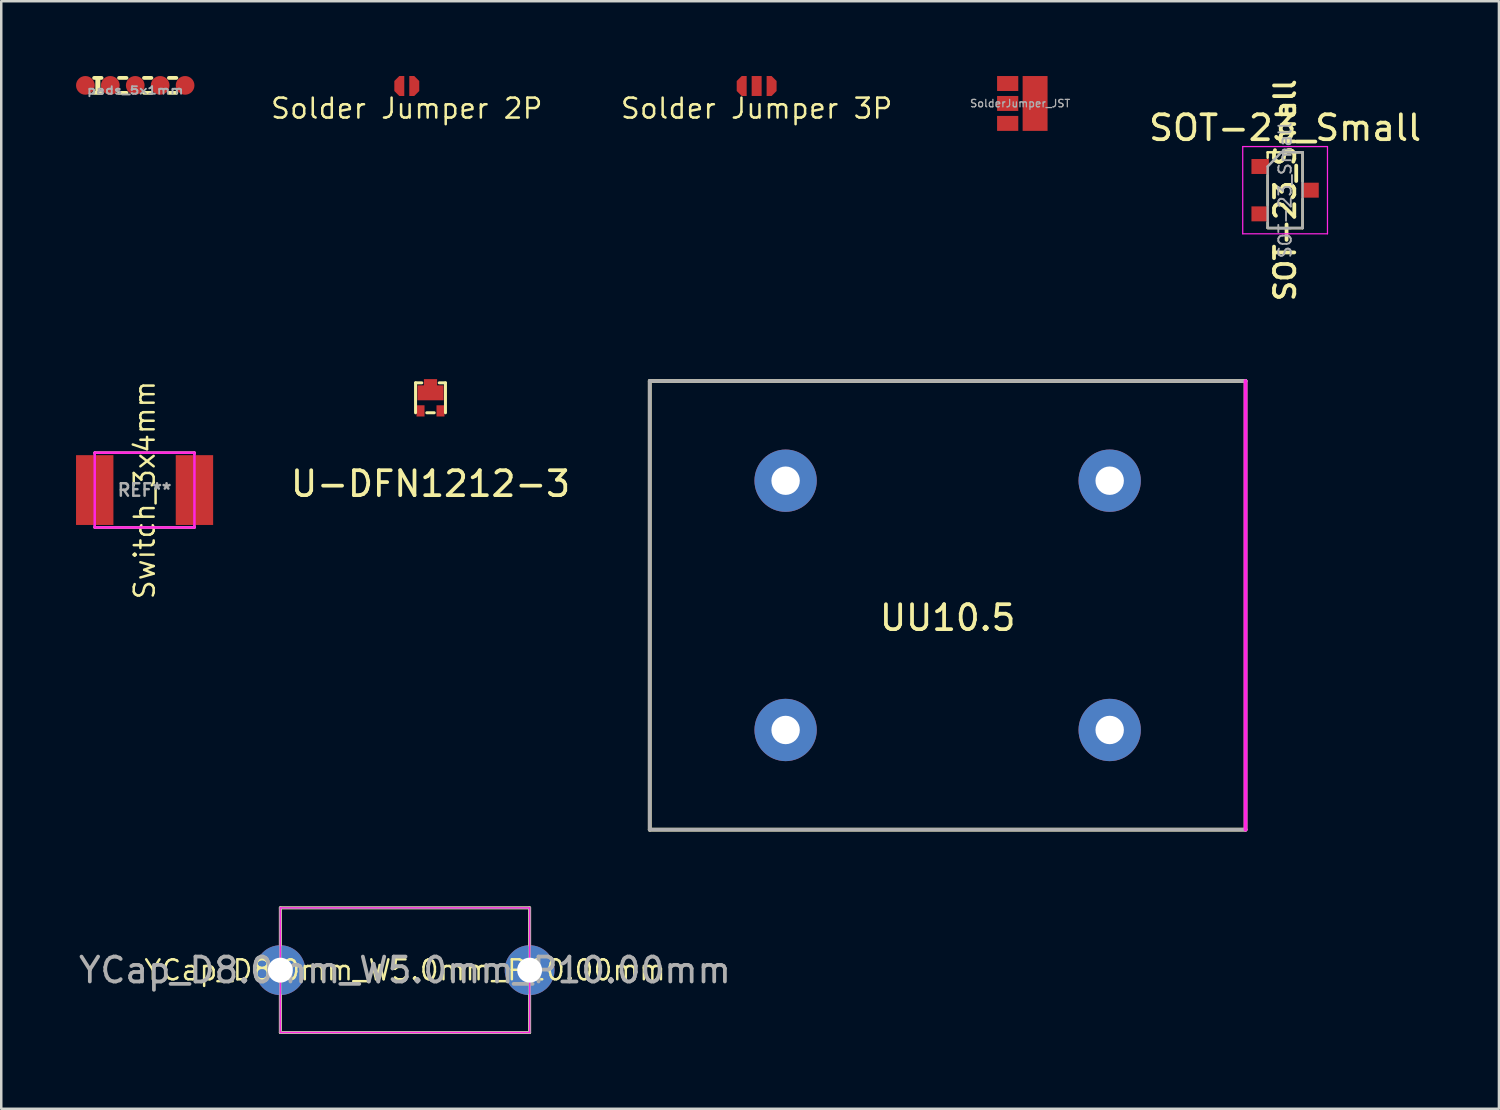
<source format=kicad_pcb>
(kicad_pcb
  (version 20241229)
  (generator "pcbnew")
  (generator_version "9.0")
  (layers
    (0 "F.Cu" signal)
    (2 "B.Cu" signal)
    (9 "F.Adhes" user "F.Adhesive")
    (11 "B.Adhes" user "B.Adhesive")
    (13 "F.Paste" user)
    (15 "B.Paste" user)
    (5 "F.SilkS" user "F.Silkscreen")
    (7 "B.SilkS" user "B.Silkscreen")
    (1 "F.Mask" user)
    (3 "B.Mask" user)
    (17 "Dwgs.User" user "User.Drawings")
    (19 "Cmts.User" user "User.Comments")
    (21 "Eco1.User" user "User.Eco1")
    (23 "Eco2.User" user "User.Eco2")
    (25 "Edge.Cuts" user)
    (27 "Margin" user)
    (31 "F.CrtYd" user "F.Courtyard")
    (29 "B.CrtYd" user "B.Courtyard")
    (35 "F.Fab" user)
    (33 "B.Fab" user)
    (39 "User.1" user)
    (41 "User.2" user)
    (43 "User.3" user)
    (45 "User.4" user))
  (footprint "Solder Jumper 2P"
    (layer "F.Cu")
    (at 13.268 0.4)
    (property "Reference" "Solder Jumper 2P" (at 0 0.9 0) (layer "F.SilkS") (effects (font (size 0.8 0.8) (thickness 0.1))))
    (attr through_hole)
    (pad "1" smd custom (at -0.3 0) (size 0.2 0.2) (layers "F.Cu" "F.Mask" "F.Paste") (options (anchor circle)) (primitives (gr_poly (pts (xy 0 -0.4) (xy 0.2 -0.4) (xy 0.2 0.4) (xy 0 0.4) (xy -0.2 0.2) (xy -0.2 -0.2)) (width 0) (fill yes))))
    (pad "2" smd custom (at 0.3 0 180) (size 0.2 0.2) (layers "F.Cu" "F.Mask" "F.Paste") (options (anchor circle)) (primitives (gr_poly (pts (xy 0 -0.4) (xy 0.2 -0.4) (xy 0.2 0.4) (xy 0 0.4) (xy -0.2 0.2) (xy -0.2 -0.2)) (width 0) (fill yes)))))
  (footprint "Switch_3x4mm"
    (layer "F.Cu")
    (at 2.75 16.609)
    (property "Reference" "Switch_3x4mm" (at 0 0 270) (layer "F.SilkS") (effects (font (size 0.8 0.8) (thickness 0.1))))
    (attr through_hole)
    (fp_line (start -2 -1.5) (end -2 -1.45) (stroke (width 0.1) (type solid)) (layer "F.SilkS"))
    (fp_line (start -2 1.45) (end -2 1.5) (stroke (width 0.1) (type solid)) (layer "F.SilkS"))
    (fp_line (start -2 1.5) (end 2 1.5) (stroke (width 0.1) (type solid)) (layer "F.SilkS"))
    (fp_line (start 2 -1.5) (end -2 -1.5) (stroke (width 0.1) (type solid)) (layer "F.SilkS"))
    (fp_line (start 2 -1.45) (end 2 -1.5) (stroke (width 0.1) (type solid)) (layer "F.SilkS"))
    (fp_line (start 2 1.5) (end 2 1.45) (stroke (width 0.1) (type solid)) (layer "F.SilkS"))
    (fp_line (start -2 -1.5) (end -2 1.5) (stroke (width 0.1) (type solid)) (layer "F.CrtYd"))
    (fp_line (start -2 1.5) (end 2 1.5) (stroke (width 0.1) (type solid)) (layer "F.CrtYd"))
    (fp_line (start 2 -1.5) (end -2 -1.5) (stroke (width 0.1) (type solid)) (layer "F.CrtYd"))
    (fp_line (start 2 1.5) (end 2 -1.5) (stroke (width 0.1) (type solid)) (layer "F.CrtYd"))
    (fp_text user "REF**" (at 0 0 0) (layer "F.Fab") (effects (font (size 0.5 0.5) (thickness 0.1))))
    (pad "1" smd rect (at -2 0) (size 1.5 2.8) (layers "F.Cu" "F.Mask" "F.Paste"))
    (pad "2" smd rect (at 2 0) (size 1.5 2.8) (layers "F.Cu" "F.Mask" "F.Paste")))
  (footprint "UU10.5"
    (layer "F.Cu")
    (at 34.965 21.233)
    (property "Reference" "UU10.5" (at 0 0.5 0) (layer "F.SilkS") (effects (font (size 1 1) (thickness 0.15))))
    (attr through_hole)
    (fp_line (start -11.95 -9) (end -11.95 9) (stroke (width 0.15) (type solid)) (layer "F.SilkS"))
    (fp_line (start -11.95 9) (end 11.95 9) (stroke (width 0.15) (type solid)) (layer "F.SilkS"))
    (fp_line (start 11.95 -9) (end -11.95 -9) (stroke (width 0.15) (type solid)) (layer "F.SilkS"))
    (fp_line (start 11.95 9) (end 11.95 -9) (stroke (width 0.15) (type solid)) (layer "F.SilkS"))
    (fp_line (start 11.95 9) (end 11.95 -9) (stroke (width 0.15) (type solid)) (layer "F.CrtYd"))
    (fp_line (start -11.95 -9) (end -11.95 9) (stroke (width 0.15) (type solid)) (layer "F.Fab"))
    (fp_line (start -11.95 9) (end 11.95 9) (stroke (width 0.15) (type solid)) (layer "F.Fab"))
    (fp_line (start 11.95 -9) (end -11.95 -9) (stroke (width 0.15) (type solid)) (layer "F.Fab"))
    (pad "1" thru_hole circle (at -6.5 -5) (size 2.5 2.5) (drill 1.14) (layers "*.Cu" "*.Mask"))
    (pad "2" thru_hole circle (at -6.5 5) (size 2.5 2.5) (drill 1.14) (layers "*.Cu" "*.Mask"))
    (pad "3" thru_hole circle (at 6.5 -5) (size 2.5 2.5) (drill 1.14) (layers "*.Cu" "*.Mask"))
    (pad "4" thru_hole circle (at 6.5 5) (size 2.5 2.5) (drill 1.14) (layers "*.Cu" "*.Mask")))
  (footprint "Solder Jumper 3P"
    (layer "F.Cu")
    (at 27.303 0.4)
    (property "Reference" "Solder Jumper 3P" (at 0 0.9 0) (layer "F.SilkS") (effects (font (size 0.8 0.8) (thickness 0.1))))
    (attr through_hole)
    (pad "1" smd custom (at -0.6 0) (size 0.2 0.2) (layers "F.Cu" "F.Mask" "F.Paste") (options (anchor circle)) (primitives (gr_poly (pts (xy 0 -0.4) (xy 0.2 -0.4) (xy 0.2 0.4) (xy 0 0.4) (xy -0.2 0.2) (xy -0.2 -0.2)) (width 0) (fill yes))))
    (pad "2" smd rect (at 0 0 180) (size 0.4 0.8) (layers "F.Cu" "F.Mask" "F.Paste"))
    (pad "3" smd custom (at 0.6 0 180) (size 0.2 0.2) (layers "F.Cu" "F.Mask" "F.Paste") (options (anchor circle)) (primitives (gr_poly (pts (xy 0 -0.4) (xy 0.2 -0.4) (xy 0.2 0.4) (xy 0 0.4) (xy -0.2 0.2) (xy -0.2 -0.2)) (width 0) (fill yes)))))
  (footprint "YCap_D8.0mm_W5.0mm_P10.00mm"
    (layer "F.Cu")
    (at 13.196 35.868)
    (property "Reference" "YCap_D8.0mm_W5.0mm_P10.00mm" (at 0 0 0) (layer "F.SilkS") (effects (font (size 0.8 0.8) (thickness 0.1))))
    (attr through_hole)
    (fp_line (start -5 -2.5) (end -5 -1) (stroke (width 0.12) (type solid)) (layer "F.SilkS"))
    (fp_line (start -5 -2.5) (end 5 -2.5) (stroke (width 0.12) (type solid)) (layer "F.SilkS"))
    (fp_line (start -5 1) (end -5 2.5) (stroke (width 0.12) (type solid)) (layer "F.SilkS"))
    (fp_line (start -5 2.5) (end 5 2.5) (stroke (width 0.12) (type solid)) (layer "F.SilkS"))
    (fp_line (start 5 -2.5) (end 5 -1) (stroke (width 0.12) (type solid)) (layer "F.SilkS"))
    (fp_line (start 5 1) (end 5 2.5) (stroke (width 0.12) (type solid)) (layer "F.SilkS"))
    (fp_line (start -5 -2.5) (end -5 2.5) (stroke (width 0.05) (type solid)) (layer "F.CrtYd"))
    (fp_line (start -5 2.5) (end 5 2.5) (stroke (width 0.05) (type solid)) (layer "F.CrtYd"))
    (fp_line (start 5 -2.5) (end -5 -2.5) (stroke (width 0.05) (type solid)) (layer "F.CrtYd"))
    (fp_line (start 5 2.5) (end 5 -2.5) (stroke (width 0.05) (type solid)) (layer "F.CrtYd"))
    (fp_line (start -5 -2.5) (end -5 2.5) (stroke (width 0.1) (type solid)) (layer "F.Fab"))
    (fp_line (start -5 2.5) (end 5 2.5) (stroke (width 0.1) (type solid)) (layer "F.Fab"))
    (fp_line (start 5 -2.5) (end -5 -2.5) (stroke (width 0.1) (type solid)) (layer "F.Fab"))
    (fp_line (start 5 2.5) (end 5 -2.5) (stroke (width 0.1) (type solid)) (layer "F.Fab"))
    (fp_text user "${REFERENCE}" (at 0 0 0) (layer "F.Fab") (effects (font (size 1 1) (thickness 0.15))))
    (pad "1" thru_hole circle (at -5 0) (size 2 2) (drill 1) (layers "*.Cu" "*.Mask"))
    (pad "2" thru_hole circle (at 5 0) (size 2 2) (drill 1) (layers "*.Cu" "*.Mask")))
  (footprint "SolderJumper_JST"
    (layer "F.Cu")
    (at 37.873 1.1)
    (property "Reference" "SolderJumper_JST" (at 0 0 0) (layer "F.Fab") (effects (font (size 0.3 0.3) (thickness 0.05))))
    (attr through_hole)
    (pad "1" smd rect (at 0.6 0) (size 1 2.2) (layers "F.Cu" "F.Mask" "F.Paste"))
    (pad "2" smd rect (at -0.5 -0.8) (size 0.85 0.6) (layers "F.Cu" "F.Mask" "F.Paste"))
    (pad "3" smd rect (at -0.5 0) (size 0.85 0.6) (layers "F.Cu" "F.Mask" "F.Paste"))
    (pad "4" smd rect (at -0.5 0.8) (size 0.85 0.6) (layers "F.Cu" "F.Mask" "F.Paste")))
  (footprint "SOT-23_Small"
    (layer "F.Cu")
    (at 48.502 4.579)
    (property "Reference" "SOT-23_Small" (at 0 -2.5 0) (layer "F.SilkS") (effects (font (size 1 1) (thickness 0.15))))
    (attr smd)
    (fp_line (start -0.7 -1.52) (end 0.7 -1.52) (stroke (width 0.1) (type solid)) (layer "F.SilkS"))
    (fp_line (start -0.7 -1.3) (end -0.7 -1.52) (stroke (width 0.1) (type solid)) (layer "F.SilkS"))
    (fp_line (start -0.7 -0.6) (end -0.7 0.6) (stroke (width 0.1) (type solid)) (layer "F.SilkS"))
    (fp_line (start -0.7 1.3) (end -0.7 1.5) (stroke (width 0.1) (type solid)) (layer "F.SilkS"))
    (fp_line (start -0.7 1.52) (end 0.7 1.52) (stroke (width 0.1) (type solid)) (layer "F.SilkS"))
    (fp_line (start 0.7 -1.52) (end 0.7 -0.35) (stroke (width 0.1) (type solid)) (layer "F.SilkS"))
    (fp_line (start 0.7 0.35) (end 0.7 1.52) (stroke (width 0.1) (type solid)) (layer "F.SilkS"))
    (fp_line (start -1.7 -1.75) (end 1.7 -1.75) (stroke (width 0.05) (type solid)) (layer "F.CrtYd"))
    (fp_line (start -1.7 1.75) (end -1.7 -1.75) (stroke (width 0.05) (type solid)) (layer "F.CrtYd"))
    (fp_line (start 1.7 -1.75) (end 1.7 1.75) (stroke (width 0.05) (type solid)) (layer "F.CrtYd"))
    (fp_line (start 1.7 1.75) (end -1.7 1.75) (stroke (width 0.05) (type solid)) (layer "F.CrtYd"))
    (fp_line (start -0.7 -0.95) (end -0.7 1.5) (stroke (width 0.1) (type solid)) (layer "F.Fab"))
    (fp_line (start -0.7 -0.95) (end -0.15 -1.52) (stroke (width 0.1) (type solid)) (layer "F.Fab"))
    (fp_line (start -0.7 1.52) (end 0.7 1.52) (stroke (width 0.1) (type solid)) (layer "F.Fab"))
    (fp_line (start -0.15 -1.52) (end 0.7 -1.52) (stroke (width 0.1) (type solid)) (layer "F.Fab"))
    (fp_line (start 0.7 -1.52) (end 0.7 1.52) (stroke (width 0.1) (type solid)) (layer "F.Fab"))
    (fp_text user "${REFERENCE}" (at 0 0 90) (layer "F.SilkS") (effects (font (size 0.813 0.813) (thickness 0.152))))
    (fp_text user "${REFERENCE}" (at 0 0 90) (layer "F.Fab") (effects (font (size 0.5 0.5) (thickness 0.075))))
    (pad "1" smd rect (at -1 -0.95) (size 0.7 0.6) (layers "F.Cu" "F.Mask" "F.Paste"))
    (pad "2" smd rect (at -1 0.95) (size 0.7 0.6) (layers "F.Cu" "F.Mask" "F.Paste"))
    (pad "3" smd rect (at 1 0) (size 0.7 0.6) (layers "F.Cu" "F.Mask" "F.Paste")))
  (footprint "pads_5x1mm"
    (layer "F.Cu")
    (at 2.375 0.375)
    (property "Reference" "pads_5x1mm" (at 0 0.2 0) (layer "F.Fab") (effects (font (size 0.3 0.4) (thickness 0.075))))
    (attr through_hole)
    (fp_line (start -1.65 -0.3) (end -1.35 -0.3) (stroke (width 0.15) (type solid)) (layer "F.SilkS"))
    (fp_line (start -1.65 0.3) (end -1.35 0.3) (stroke (width 0.15) (type solid)) (layer "F.SilkS"))
    (fp_line (start -0.65 -0.3) (end -0.35 -0.3) (stroke (width 0.15) (type solid)) (layer "F.SilkS"))
    (fp_line (start -0.65 0.3) (end -0.35 0.3) (stroke (width 0.15) (type solid)) (layer "F.SilkS"))
    (fp_line (start 0.35 -0.3) (end 0.65 -0.3) (stroke (width 0.15) (type solid)) (layer "F.SilkS"))
    (fp_line (start 0.35 0.3) (end 0.65 0.3) (stroke (width 0.15) (type solid)) (layer "F.SilkS"))
    (fp_line (start 1.35 -0.3) (end 1.65 -0.3) (stroke (width 0.15) (type solid)) (layer "F.SilkS"))
    (fp_line (start 1.35 0.3) (end 1.65 0.3) (stroke (width 0.15) (type solid)) (layer "F.SilkS"))
    (fp_poly (pts (xy -1.45 0.3) (xy -1.55 0.3) (xy -1.55 -0.3) (xy -1.45 -0.3)) (stroke (width 0.1) (type solid)) (fill yes) (layer "F.SilkS"))
    (pad "1" smd circle (at -2 0) (size 0.75 0.75) (layers "F.Cu" "F.Mask" "F.Paste"))
    (pad "2" smd circle (at -1 0) (size 0.75 0.75) (layers "F.Cu" "F.Mask" "F.Paste"))
    (pad "3" smd circle (at 0 0) (size 0.75 0.75) (layers "F.Cu" "F.Mask" "F.Paste"))
    (pad "4" smd circle (at 1 0) (size 0.75 0.75) (layers "F.Cu" "F.Mask" "F.Paste"))
    (pad "5" smd circle (at 2 0) (size 0.75 0.75) (layers "F.Cu" "F.Mask" "F.Paste")))
  (footprint "U-DFN1212-3"
    (layer "F.Cu")
    (at 14.22 12.908)
    (property "Reference" "U-DFN1212-3" (at 0 3.45 0) (layer "F.SilkS") (effects (font (size 1 1) (thickness 0.15))))
    (attr through_hole)
    (fp_line (start -0.6 -0.6) (end -0.6 0.6) (stroke (width 0.12) (type solid)) (layer "F.SilkS"))
    (fp_line (start -0.35 -0.6) (end -0.6 -0.6) (stroke (width 0.12) (type solid)) (layer "F.SilkS"))
    (fp_line (start -0.15 0.6) (end 0.15 0.6) (stroke (width 0.12) (type solid)) (layer "F.SilkS"))
    (fp_line (start 0.35 -0.6) (end 0.6 -0.6) (stroke (width 0.12) (type solid)) (layer "F.SilkS"))
    (fp_line (start 0.6 0.6) (end 0.6 -0.6) (stroke (width 0.12) (type solid)) (layer "F.SilkS"))
    (pad "1" smd rect (at -0.4 0.525) (size 0.32 0.45) (layers "F.Cu" "F.Mask" "F.Paste"))
    (pad "2" smd rect (at 0.4 0.525) (size 0.32 0.45) (layers "F.Cu" "F.Mask" "F.Paste"))
    (pad "3" smd custom (at 0 -0.2) (size 1.05 0.6) (layers "F.Cu" "F.Mask" "F.Paste") (options (anchor rect)) (primitives (gr_poly (pts (xy -0.525 0.3) (xy 0.525 0.3) (xy 0.525 -0.3) (xy 0.265 -0.3) (xy 0.265 -0.55) (xy -0.265 -0.55) (xy -0.265 -0.3) (xy -0.525 -0.3)) (width 0) (fill yes)))))
  (gr_rect
    (start -3 -3)
    (end 57.08 41.428)
    (stroke (width 0.1) (type default))
    (fill no)
    (layer "Edge.Cuts")))
</source>
